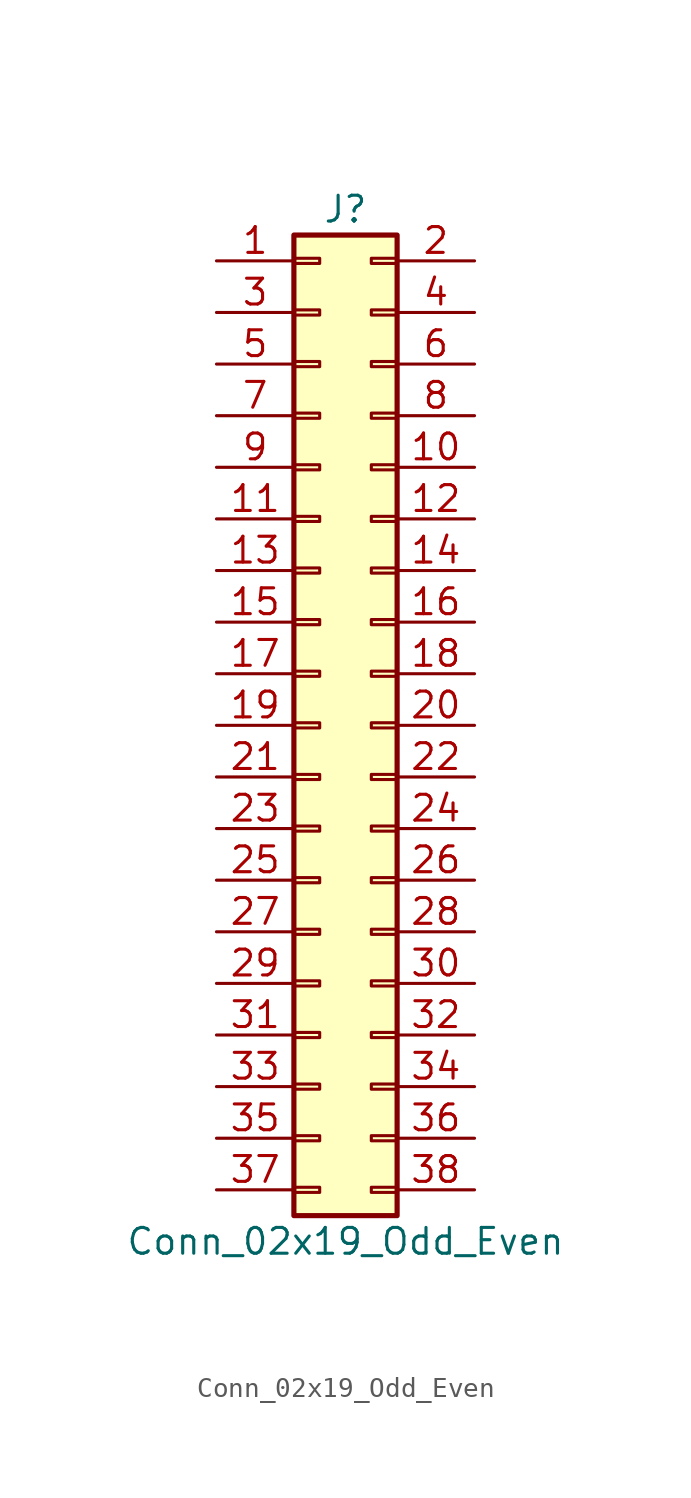
<source format=kicad_sym>
(kicad_symbol_lib
  (version 20220914)
  (generator kicad_symbol_editor)
  (symbol "Conn_02x19_Odd_Even"
    (pin_names
      (offset 1.016) hide)
    (property "Reference" "J"
      (at 1.27 25.4 0)
      (effects (font (size 1.27 1.27))))
    (property "Value" "Conn_02x19_Odd_Even"
      (at 1.27 -25.4 0)
      (effects (font (size 1.27 1.27))))
    (symbol "Conn_02x19_Odd_Even_1_1"
      (rectangle (start -1.27 -22.733) (end 0 -22.987) (stroke (width 0.152) (type solid)) (fill (type none)))
      (rectangle (start -1.27 -20.193) (end 0 -20.447) (stroke (width 0.152) (type solid)) (fill (type none)))
      (rectangle (start -1.27 -17.653) (end 0 -17.907) (stroke (width 0.152) (type solid)) (fill (type none)))
      (rectangle (start -1.27 -15.113) (end 0 -15.367) (stroke (width 0.152) (type solid)) (fill (type none)))
      (rectangle (start -1.27 -12.573) (end 0 -12.827) (stroke (width 0.152) (type solid)) (fill (type none)))
      (rectangle (start -1.27 -10.033) (end 0 -10.287) (stroke (width 0.152) (type solid)) (fill (type none)))
      (rectangle (start -1.27 -7.493) (end 0 -7.747) (stroke (width 0.152) (type solid)) (fill (type none)))
      (rectangle (start -1.27 -4.953) (end 0 -5.207) (stroke (width 0.152) (type solid)) (fill (type none)))
      (rectangle (start -1.27 -2.413) (end 0 -2.667) (stroke (width 0.152) (type solid)) (fill (type none)))
      (rectangle (start -1.27 0.127) (end 0 -0.127) (stroke (width 0.152) (type solid)) (fill (type none)))
      (rectangle (start -1.27 2.667) (end 0 2.413) (stroke (width 0.152) (type solid)) (fill (type none)))
      (rectangle (start -1.27 5.207) (end 0 4.953) (stroke (width 0.152) (type solid)) (fill (type none)))
      (rectangle (start -1.27 7.747) (end 0 7.493) (stroke (width 0.152) (type solid)) (fill (type none)))
      (rectangle (start -1.27 10.287) (end 0 10.033) (stroke (width 0.152) (type solid)) (fill (type none)))
      (rectangle (start -1.27 12.827) (end 0 12.573) (stroke (width 0.152) (type solid)) (fill (type none)))
      (rectangle (start -1.27 15.367) (end 0 15.113) (stroke (width 0.152) (type solid)) (fill (type none)))
      (rectangle (start -1.27 17.907) (end 0 17.653) (stroke (width 0.152) (type solid)) (fill (type none)))
      (rectangle (start -1.27 20.447) (end 0 20.193) (stroke (width 0.152) (type solid)) (fill (type none)))
      (rectangle (start -1.27 22.987) (end 0 22.733) (stroke (width 0.152) (type solid)) (fill (type none)))
      (rectangle (start -1.27 24.13) (end 3.81 -24.13) (stroke (width 0.254) (type solid)) (fill (type background)))
      (rectangle (start 3.81 -22.733) (end 2.54 -22.987) (stroke (width 0.152) (type solid)) (fill (type none)))
      (rectangle (start 3.81 -20.193) (end 2.54 -20.447) (stroke (width 0.152) (type solid)) (fill (type none)))
      (rectangle (start 3.81 -17.653) (end 2.54 -17.907) (stroke (width 0.152) (type solid)) (fill (type none)))
      (rectangle (start 3.81 -15.113) (end 2.54 -15.367) (stroke (width 0.152) (type solid)) (fill (type none)))
      (rectangle (start 3.81 -12.573) (end 2.54 -12.827) (stroke (width 0.152) (type solid)) (fill (type none)))
      (rectangle (start 3.81 -10.033) (end 2.54 -10.287) (stroke (width 0.152) (type solid)) (fill (type none)))
      (rectangle (start 3.81 -7.493) (end 2.54 -7.747) (stroke (width 0.152) (type solid)) (fill (type none)))
      (rectangle (start 3.81 -4.953) (end 2.54 -5.207) (stroke (width 0.152) (type solid)) (fill (type none)))
      (rectangle (start 3.81 -2.413) (end 2.54 -2.667) (stroke (width 0.152) (type solid)) (fill (type none)))
      (rectangle (start 3.81 0.127) (end 2.54 -0.127) (stroke (width 0.152) (type solid)) (fill (type none)))
      (rectangle (start 3.81 2.667) (end 2.54 2.413) (stroke (width 0.152) (type solid)) (fill (type none)))
      (rectangle (start 3.81 5.207) (end 2.54 4.953) (stroke (width 0.152) (type solid)) (fill (type none)))
      (rectangle (start 3.81 7.747) (end 2.54 7.493) (stroke (width 0.152) (type solid)) (fill (type none)))
      (rectangle (start 3.81 10.287) (end 2.54 10.033) (stroke (width 0.152) (type solid)) (fill (type none)))
      (rectangle (start 3.81 12.827) (end 2.54 12.573) (stroke (width 0.152) (type solid)) (fill (type none)))
      (rectangle (start 3.81 15.367) (end 2.54 15.113) (stroke (width 0.152) (type solid)) (fill (type none)))
      (rectangle (start 3.81 17.907) (end 2.54 17.653) (stroke (width 0.152) (type solid)) (fill (type none)))
      (rectangle (start 3.81 20.447) (end 2.54 20.193) (stroke (width 0.152) (type solid)) (fill (type none)))
      (rectangle (start 3.81 22.987) (end 2.54 22.733) (stroke (width 0.152) (type solid)) (fill (type none)))
      (pin passive line (at -5.08 22.86 0) (length 3.81) (name "Pin_1" (effects (font (size 1.27 1.27)))) (number "1" (effects (font (size 1.27 1.27)))))
      (pin passive line (at 7.62 12.7 180) (length 3.81) (name "Pin_10" (effects (font (size 1.27 1.27)))) (number "10" (effects (font (size 1.27 1.27)))))
      (pin passive line (at -5.08 10.16 0) (length 3.81) (name "Pin_11" (effects (font (size 1.27 1.27)))) (number "11" (effects (font (size 1.27 1.27)))))
      (pin passive line (at 7.62 10.16 180) (length 3.81) (name "Pin_12" (effects (font (size 1.27 1.27)))) (number "12" (effects (font (size 1.27 1.27)))))
      (pin passive line (at -5.08 7.62 0) (length 3.81) (name "Pin_13" (effects (font (size 1.27 1.27)))) (number "13" (effects (font (size 1.27 1.27)))))
      (pin passive line (at 7.62 7.62 180) (length 3.81) (name "Pin_14" (effects (font (size 1.27 1.27)))) (number "14" (effects (font (size 1.27 1.27)))))
      (pin passive line (at -5.08 5.08 0) (length 3.81) (name "Pin_15" (effects (font (size 1.27 1.27)))) (number "15" (effects (font (size 1.27 1.27)))))
      (pin passive line (at 7.62 5.08 180) (length 3.81) (name "Pin_16" (effects (font (size 1.27 1.27)))) (number "16" (effects (font (size 1.27 1.27)))))
      (pin passive line (at -5.08 2.54 0) (length 3.81) (name "Pin_17" (effects (font (size 1.27 1.27)))) (number "17" (effects (font (size 1.27 1.27)))))
      (pin passive line (at 7.62 2.54 180) (length 3.81) (name "Pin_18" (effects (font (size 1.27 1.27)))) (number "18" (effects (font (size 1.27 1.27)))))
      (pin passive line (at -5.08 0 0) (length 3.81) (name "Pin_19" (effects (font (size 1.27 1.27)))) (number "19" (effects (font (size 1.27 1.27)))))
      (pin passive line (at 7.62 22.86 180) (length 3.81) (name "Pin_2" (effects (font (size 1.27 1.27)))) (number "2" (effects (font (size 1.27 1.27)))))
      (pin passive line (at 7.62 0 180) (length 3.81) (name "Pin_20" (effects (font (size 1.27 1.27)))) (number "20" (effects (font (size 1.27 1.27)))))
      (pin passive line (at -5.08 -2.54 0) (length 3.81) (name "Pin_21" (effects (font (size 1.27 1.27)))) (number "21" (effects (font (size 1.27 1.27)))))
      (pin passive line (at 7.62 -2.54 180) (length 3.81) (name "Pin_22" (effects (font (size 1.27 1.27)))) (number "22" (effects (font (size 1.27 1.27)))))
      (pin passive line (at -5.08 -5.08 0) (length 3.81) (name "Pin_23" (effects (font (size 1.27 1.27)))) (number "23" (effects (font (size 1.27 1.27)))))
      (pin passive line (at 7.62 -5.08 180) (length 3.81) (name "Pin_24" (effects (font (size 1.27 1.27)))) (number "24" (effects (font (size 1.27 1.27)))))
      (pin passive line (at -5.08 -7.62 0) (length 3.81) (name "Pin_25" (effects (font (size 1.27 1.27)))) (number "25" (effects (font (size 1.27 1.27)))))
      (pin passive line (at 7.62 -7.62 180) (length 3.81) (name "Pin_26" (effects (font (size 1.27 1.27)))) (number "26" (effects (font (size 1.27 1.27)))))
      (pin passive line (at -5.08 -10.16 0) (length 3.81) (name "Pin_27" (effects (font (size 1.27 1.27)))) (number "27" (effects (font (size 1.27 1.27)))))
      (pin passive line (at 7.62 -10.16 180) (length 3.81) (name "Pin_28" (effects (font (size 1.27 1.27)))) (number "28" (effects (font (size 1.27 1.27)))))
      (pin passive line (at -5.08 -12.7 0) (length 3.81) (name "Pin_29" (effects (font (size 1.27 1.27)))) (number "29" (effects (font (size 1.27 1.27)))))
      (pin passive line (at -5.08 20.32 0) (length 3.81) (name "Pin_3" (effects (font (size 1.27 1.27)))) (number "3" (effects (font (size 1.27 1.27)))))
      (pin passive line (at 7.62 -12.7 180) (length 3.81) (name "Pin_30" (effects (font (size 1.27 1.27)))) (number "30" (effects (font (size 1.27 1.27)))))
      (pin passive line (at -5.08 -15.24 0) (length 3.81) (name "Pin_31" (effects (font (size 1.27 1.27)))) (number "31" (effects (font (size 1.27 1.27)))))
      (pin passive line (at 7.62 -15.24 180) (length 3.81) (name "Pin_32" (effects (font (size 1.27 1.27)))) (number "32" (effects (font (size 1.27 1.27)))))
      (pin passive line (at -5.08 -17.78 0) (length 3.81) (name "Pin_33" (effects (font (size 1.27 1.27)))) (number "33" (effects (font (size 1.27 1.27)))))
      (pin passive line (at 7.62 -17.78 180) (length 3.81) (name "Pin_34" (effects (font (size 1.27 1.27)))) (number "34" (effects (font (size 1.27 1.27)))))
      (pin passive line (at -5.08 -20.32 0) (length 3.81) (name "Pin_35" (effects (font (size 1.27 1.27)))) (number "35" (effects (font (size 1.27 1.27)))))
      (pin passive line (at 7.62 -20.32 180) (length 3.81) (name "Pin_36" (effects (font (size 1.27 1.27)))) (number "36" (effects (font (size 1.27 1.27)))))
      (pin passive line (at -5.08 -22.86 0) (length 3.81) (name "Pin_37" (effects (font (size 1.27 1.27)))) (number "37" (effects (font (size 1.27 1.27)))))
      (pin passive line (at 7.62 -22.86 180) (length 3.81) (name "Pin_38" (effects (font (size 1.27 1.27)))) (number "38" (effects (font (size 1.27 1.27)))))
      (pin passive line (at 7.62 20.32 180) (length 3.81) (name "Pin_4" (effects (font (size 1.27 1.27)))) (number "4" (effects (font (size 1.27 1.27)))))
      (pin passive line (at -5.08 17.78 0) (length 3.81) (name "Pin_5" (effects (font (size 1.27 1.27)))) (number "5" (effects (font (size 1.27 1.27)))))
      (pin passive line (at 7.62 17.78 180) (length 3.81) (name "Pin_6" (effects (font (size 1.27 1.27)))) (number "6" (effects (font (size 1.27 1.27)))))
      (pin passive line (at -5.08 15.24 0) (length 3.81) (name "Pin_7" (effects (font (size 1.27 1.27)))) (number "7" (effects (font (size 1.27 1.27)))))
      (pin passive line (at 7.62 15.24 180) (length 3.81) (name "Pin_8" (effects (font (size 1.27 1.27)))) (number "8" (effects (font (size 1.27 1.27)))))
      (pin passive line (at -5.08 12.7 0) (length 3.81) (name "Pin_9" (effects (font (size 1.27 1.27)))) (number "9" (effects (font (size 1.27 1.27))))))))
</source>
